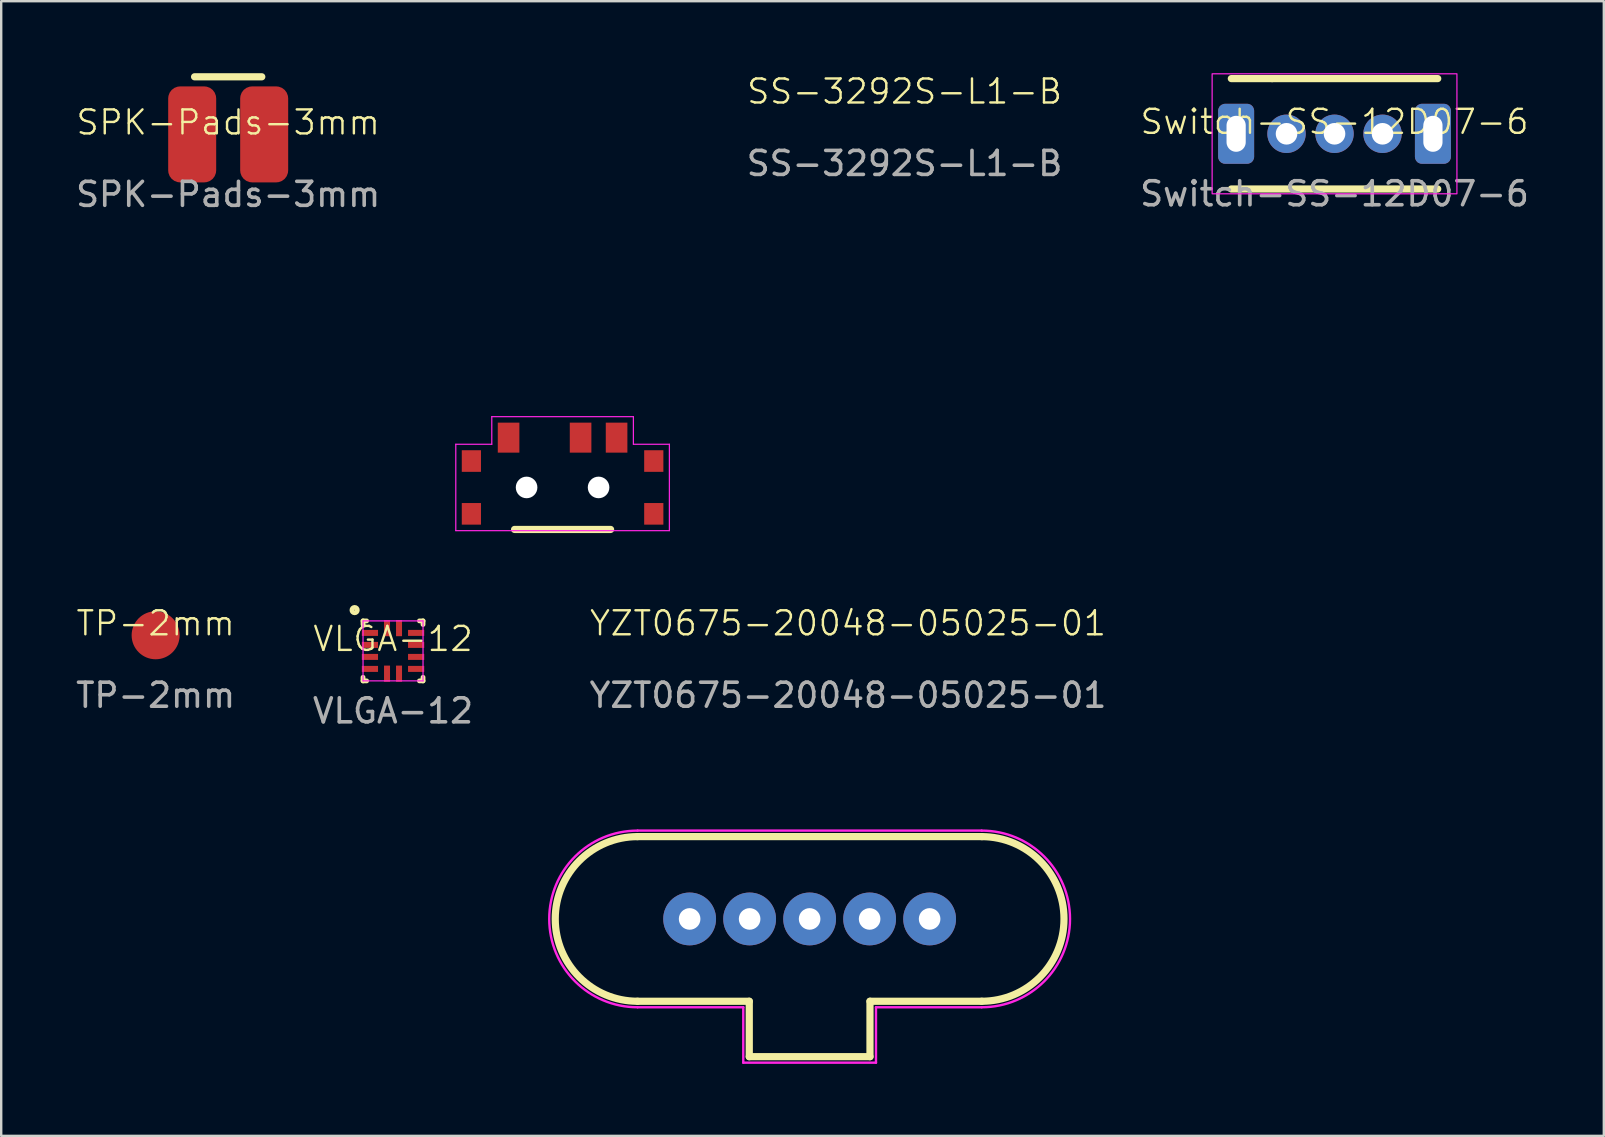
<source format=kicad_pcb>
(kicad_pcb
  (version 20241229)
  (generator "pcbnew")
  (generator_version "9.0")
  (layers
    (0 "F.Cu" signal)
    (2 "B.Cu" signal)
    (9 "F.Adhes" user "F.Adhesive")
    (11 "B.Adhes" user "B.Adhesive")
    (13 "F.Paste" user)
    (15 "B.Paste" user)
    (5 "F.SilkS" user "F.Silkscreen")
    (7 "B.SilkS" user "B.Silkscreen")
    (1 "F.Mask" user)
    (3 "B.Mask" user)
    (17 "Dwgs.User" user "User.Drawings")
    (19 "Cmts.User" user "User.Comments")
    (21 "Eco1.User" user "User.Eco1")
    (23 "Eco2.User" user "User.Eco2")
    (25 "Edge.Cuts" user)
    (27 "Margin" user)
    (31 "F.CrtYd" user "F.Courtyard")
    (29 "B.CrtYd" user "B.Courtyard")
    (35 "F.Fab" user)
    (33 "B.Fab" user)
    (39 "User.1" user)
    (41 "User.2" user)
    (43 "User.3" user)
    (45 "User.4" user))
  (footprint "SPK-Pads-3mm"
    (layer "F.Cu")
    (at 6.458 2.55)
    (property "Reference" "SPK-Pads-3mm" (at 0 -0.5 0) (unlocked yes) (layer "F.SilkS") (effects (font (size 1 1) (thickness 0.1))))
    (attr smd)
    (fp_line (start -1.4 -2.4) (end 1.4 -2.4) (stroke (width 0.3) (type default)) (layer "F.SilkS"))
    (fp_text user "${REFERENCE}" (at 0 2.5 0) (unlocked yes) (layer "F.Fab") (effects (font (size 1 1) (thickness 0.15))))
    (pad "1" smd roundrect (at -1.5 0) (size 2 4) (layers "F.Cu" "F.Mask" "F.Paste") (roundrect_rratio 0.25))
    (pad "2" smd roundrect (at 1.5 0) (size 2 4) (layers "F.Cu" "F.Mask" "F.Paste") (roundrect_rratio 0.25)))
  (footprint "Switch-SS-12D07-6"
    (layer "F.Cu")
    (at 52.558 2.525)
    (property "Reference" "Switch-SS-12D07-6" (at 0 -0.5 0) (unlocked yes) (layer "F.SilkS") (effects (font (size 1 1) (thickness 0.1))))
    (attr through_hole)
    (fp_line (start -4.3 -2.3) (end -2.6 -2.3) (stroke (width 0.3) (type default)) (layer "F.SilkS"))
    (fp_line (start -4.3 2.3) (end 4.3 2.3) (stroke (width 0.3) (type default)) (layer "F.SilkS"))
    (fp_line (start -2.6 -2.3) (end 4.3 -2.3) (stroke (width 0.3) (type default)) (layer "F.SilkS"))
    (fp_rect (start -5.1 -2.5) (end 5.1 2.5) (stroke (width 0.05) (type default)) (fill no) (layer "F.CrtYd"))
    (fp_text user "${REFERENCE}" (at 0 2.5 0) (unlocked yes) (layer "F.Fab") (effects (font (size 1 1) (thickness 0.15))))
    (pad "0" thru_hole roundrect (at -4.1 0) (size 1.5 2.5) (drill oval 0.8 1.5) (layers "*.Cu" "*.Mask") (roundrect_rratio 0.192))
    (pad "0" thru_hole roundrect (at 4.1 0) (size 1.5 2.5) (drill oval 0.8 1.5) (layers "*.Cu" "*.Mask") (roundrect_rratio 0.192))
    (pad "1" thru_hole circle (at -2 0) (size 1.6 1.6) (drill 0.9) (layers "*.Cu" "*.Mask"))
    (pad "2" thru_hole circle (at 0 0) (size 1.6 1.6) (drill 0.9) (layers "*.Cu" "*.Mask"))
    (pad "3" thru_hole circle (at 2 0) (size 1.6 1.6) (drill 0.9) (layers "*.Cu" "*.Mask")))
  (footprint "TP-2mm"
    (layer "F.Cu")
    (at 3.435 23.421)
    (property "Reference" "TP-2mm" (at 0 -0.5 0) (unlocked yes) (layer "F.SilkS") (effects (font (size 1 1) (thickness 0.1))))
    (attr smd)
    (fp_text user "${REFERENCE}" (at 0 2.5 0) (unlocked yes) (layer "F.Fab") (effects (font (size 1 1) (thickness 0.15))))
    (pad "1" smd circle (at 0 0) (size 2 2) (layers "F.Cu" "F.Mask" "F.Paste")))
  (footprint "YZT0675-20048-05025-01"
    (layer "F.Cu")
    (at 30.686 35.241)
    (property "Reference" "YZT0675-20048-05025-01" (at 1.6 -12.32 0) (unlocked yes) (layer "F.SilkS") (effects (font (size 1 1) (thickness 0.1))))
    (attr through_hole)
    (fp_line (start -7.17 -3.43) (end 7.17 -3.43) (stroke (width 0.3) (type default)) (layer "F.SilkS"))
    (fp_line (start -2.515 3.43) (end -7.17 3.43) (stroke (width 0.3) (type default)) (layer "F.SilkS"))
    (fp_line (start -2.515 3.43) (end -2.515 5.74) (stroke (width 0.3) (type default)) (layer "F.SilkS"))
    (fp_line (start -2.515 5.74) (end 2.515 5.74) (stroke (width 0.3) (type default)) (layer "F.SilkS"))
    (fp_line (start 2.515 5.74) (end 2.515 3.43) (stroke (width 0.3) (type default)) (layer "F.SilkS"))
    (fp_line (start 7.17 3.43) (end 2.515 3.43) (stroke (width 0.3) (type default)) (layer "F.SilkS"))
    (fp_arc (start -7.17 3.43) (mid -10.6 0) (end -7.17 -3.43) (stroke (width 0.3) (type default)) (layer "F.SilkS"))
    (fp_arc (start 7.17 -3.43) (mid 10.6 0) (end 7.17 3.43) (stroke (width 0.3) (type default)) (layer "F.SilkS"))
    (fp_line (start -7.17 -3.68) (end 7.17 -3.68) (stroke (width 0.1) (type default)) (layer "F.CrtYd"))
    (fp_line (start -2.765 3.68) (end -7.17 3.68) (stroke (width 0.1) (type default)) (layer "F.CrtYd"))
    (fp_line (start -2.765 3.68) (end -2.765 5.99) (stroke (width 0.1) (type default)) (layer "F.CrtYd"))
    (fp_line (start -2.765 5.99) (end 2.765 5.99) (stroke (width 0.1) (type default)) (layer "F.CrtYd"))
    (fp_line (start 2.765 5.99) (end 2.765 3.68) (stroke (width 0.1) (type default)) (layer "F.CrtYd"))
    (fp_line (start 7.17 3.68) (end 2.765 3.68) (stroke (width 0.1) (type default)) (layer "F.CrtYd"))
    (fp_arc (start -7.17 3.68) (mid -10.85 0) (end -7.17 -3.68) (stroke (width 0.1) (type default)) (layer "F.CrtYd"))
    (fp_arc (start 7.17 -3.68) (mid 10.85 0) (end 7.17 3.68) (stroke (width 0.1) (type default)) (layer "F.CrtYd"))
    (fp_text user "${REFERENCE}" (at 1.6 -9.32 0) (unlocked yes) (layer "F.Fab") (effects (font (size 1 1) (thickness 0.15))))
    (pad "1" thru_hole circle (at -5 0) (size 2.2 2.2) (drill 0.9) (layers "*.Cu" "*.Mask"))
    (pad "2" thru_hole circle (at -2.5 0) (size 2.2 2.2) (drill 0.9) (layers "*.Cu" "*.Mask"))
    (pad "3" thru_hole circle (at 0 0) (size 2.2 2.2) (drill 0.9) (layers "*.Cu" "*.Mask"))
    (pad "4" thru_hole circle (at 2.5 0) (size 2.2 2.2) (drill 0.9) (layers "*.Cu" "*.Mask"))
    (pad "5" thru_hole circle (at 5 0) (size 2.2 2.2) (drill 0.9) (layers "*.Cu" "*.Mask")))
  (footprint "SS-3292S-L1-B"
    (layer "F.Cu")
    (at 20.392 17.261)
    (property "Reference" "SS-3292S-L1-B" (at 14.25 -16.5 0) (unlocked yes) (layer "F.SilkS") (effects (font (size 1 1) (thickness 0.1))))
    (attr smd)
    (fp_line (start -2 1.75) (end 2 1.75) (stroke (width 0.3) (type default)) (layer "F.SilkS"))
    (fp_line (start -4.45 1.8) (end -4.45 -1.8) (stroke (width 0.05) (type default)) (layer "F.CrtYd"))
    (fp_line (start -4.45 1.8) (end 4.45 1.8) (stroke (width 0.05) (type default)) (layer "F.CrtYd"))
    (fp_line (start -2.95 -2.95) (end 2.95 -2.95) (stroke (width 0.05) (type default)) (layer "F.CrtYd"))
    (fp_line (start -2.95 -1.8) (end -4.45 -1.8) (stroke (width 0.05) (type default)) (layer "F.CrtYd"))
    (fp_line (start -2.95 -1.8) (end -2.95 -2.95) (stroke (width 0.05) (type default)) (layer "F.CrtYd"))
    (fp_line (start 2.95 -1.8) (end 2.95 -2.95) (stroke (width 0.05) (type default)) (layer "F.CrtYd"))
    (fp_line (start 4.45 -1.8) (end 2.95 -1.8) (stroke (width 0.05) (type default)) (layer "F.CrtYd"))
    (fp_line (start 4.45 1.8) (end 4.45 -1.8) (stroke (width 0.05) (type default)) (layer "F.CrtYd"))
    (fp_text user "${REFERENCE}" (at 14.25 -13.5 0) (unlocked yes) (layer "F.Fab") (effects (font (size 1 1) (thickness 0.15))))
    (pad "" np_thru_hole circle (at -1.5 0) (size 0.9 0.9) (drill 0.9) (layers "*.Cu" "*.Mask"))
    (pad "" np_thru_hole circle (at 1.5 0) (size 0.9 0.9) (drill 0.9) (layers "*.Cu" "*.Mask"))
    (pad "0" smd rect (at -3.8 -1.1) (size 0.8 0.9) (layers "F.Cu" "F.Mask" "F.Paste"))
    (pad "0" smd rect (at -3.8 1.1) (size 0.8 0.9) (layers "F.Cu" "F.Mask" "F.Paste"))
    (pad "0" smd rect (at 3.8 -1.1) (size 0.8 0.9) (layers "F.Cu" "F.Mask" "F.Paste"))
    (pad "0" smd rect (at 3.8 1.1) (size 0.8 0.9) (layers "F.Cu" "F.Mask" "F.Paste"))
    (pad "1" smd rect (at -2.25 -2.075) (size 0.9 1.25) (layers "F.Cu" "F.Mask" "F.Paste"))
    (pad "2" smd rect (at 0.75 -2.075) (size 0.9 1.25) (layers "F.Cu" "F.Mask" "F.Paste"))
    (pad "3" smd rect (at 2.25 -2.075) (size 0.9 1.25) (layers "F.Cu" "F.Mask" "F.Paste")))
  (footprint "VLGA-12"
    (layer "F.Cu")
    (at 13.327 24.072)
    (property "Reference" "VLGA-12" (at 0 -0.5 0) (unlocked yes) (layer "F.SilkS") (effects (font (size 1 1) (thickness 0.1))))
    (attr smd)
    (fp_line (start -1.25 -1.25) (end -1.1 -1.25) (stroke (width 0.2) (type default)) (layer "F.SilkS"))
    (fp_line (start -1.25 -1.1) (end -1.25 -1.25) (stroke (width 0.2) (type default)) (layer "F.SilkS"))
    (fp_line (start -1.25 1.25) (end -1.25 1.1) (stroke (width 0.2) (type default)) (layer "F.SilkS"))
    (fp_line (start -1.1 1.25) (end -1.25 1.25) (stroke (width 0.2) (type default)) (layer "F.SilkS"))
    (fp_line (start 1.1 -1.25) (end 1.25 -1.25) (stroke (width 0.2) (type default)) (layer "F.SilkS"))
    (fp_line (start 1.25 -1.25) (end 1.25 -1.1) (stroke (width 0.2) (type default)) (layer "F.SilkS"))
    (fp_line (start 1.25 1.1) (end 1.25 1.25) (stroke (width 0.2) (type default)) (layer "F.SilkS"))
    (fp_line (start 1.25 1.25) (end 1.1 1.25) (stroke (width 0.2) (type default)) (layer "F.SilkS"))
    (fp_circle (center -1.6 -1.7) (end -1.488 -1.7) (stroke (width 0.2) (type default)) (fill no) (layer "F.SilkS"))
    (fp_line (start -1.25 -1.25) (end 1.25 -1.25) (stroke (width 0.05) (type default)) (layer "F.CrtYd"))
    (fp_line (start -1.25 1.25) (end -1.25 -1.25) (stroke (width 0.05) (type default)) (layer "F.CrtYd"))
    (fp_line (start -1.25 1.25) (end 1.25 1.25) (stroke (width 0.05) (type default)) (layer "F.CrtYd"))
    (fp_line (start 1.25 1.25) (end 1.25 -1.25) (stroke (width 0.05) (type default)) (layer "F.CrtYd"))
    (fp_text user "${REFERENCE}" (at 0 2.5 0) (unlocked yes) (layer "F.Fab") (effects (font (size 1 1) (thickness 0.15))))
    (pad "1" smd rect (at -0.963 -0.75 90) (size 0.25 0.675) (layers "F.Cu" "F.Mask" "F.Paste"))
    (pad "2" smd rect (at -0.963 -0.25 90) (size 0.25 0.675) (layers "F.Cu" "F.Mask" "F.Paste"))
    (pad "3" smd rect (at -0.963 0.25 90) (size 0.25 0.675) (layers "F.Cu" "F.Mask" "F.Paste"))
    (pad "4" smd rect (at -0.963 0.75 90) (size 0.25 0.675) (layers "F.Cu" "F.Mask" "F.Paste"))
    (pad "5" smd rect (at -0.25 0.95) (size 0.25 0.675) (layers "F.Cu" "F.Mask" "F.Paste"))
    (pad "6" smd rect (at 0.25 0.95) (size 0.25 0.675) (layers "F.Cu" "F.Mask" "F.Paste"))
    (pad "7" smd rect (at 0.963 0.75 90) (size 0.25 0.675) (layers "F.Cu" "F.Mask" "F.Paste"))
    (pad "8" smd rect (at 0.963 0.25 90) (size 0.25 0.675) (layers "F.Cu" "F.Mask" "F.Paste"))
    (pad "9" smd rect (at 0.963 -0.25 90) (size 0.25 0.675) (layers "F.Cu" "F.Mask" "F.Paste"))
    (pad "10" smd rect (at 0.963 -0.75 90) (size 0.25 0.675) (layers "F.Cu" "F.Mask" "F.Paste"))
    (pad "11" smd rect (at 0.25 -0.95) (size 0.25 0.675) (layers "F.Cu" "F.Mask" "F.Paste"))
    (pad "12" smd rect (at -0.25 -0.95) (size 0.25 0.675) (layers "F.Cu" "F.Mask" "F.Paste")))
  (gr_rect
    (start -3 -3)
    (end 63.779 44.281)
    (stroke (width 0.1) (type default))
    (fill no)
    (layer "Edge.Cuts")))
</source>
